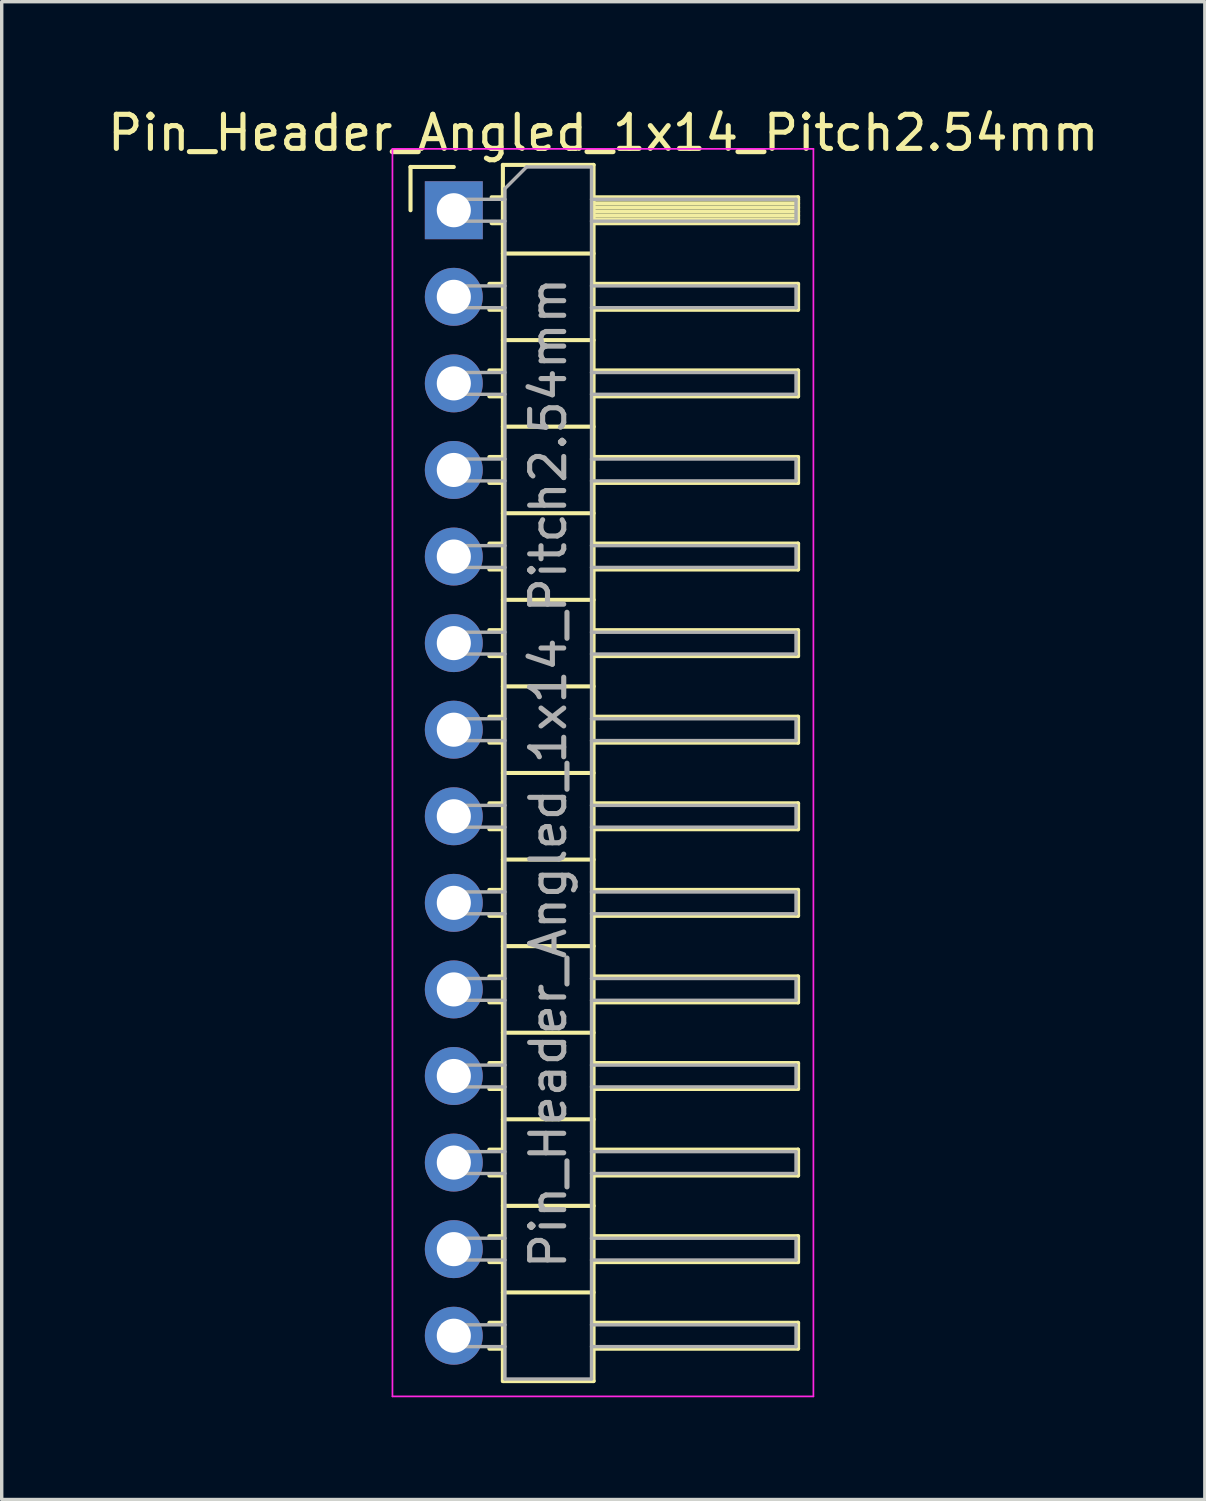
<source format=kicad_pcb>
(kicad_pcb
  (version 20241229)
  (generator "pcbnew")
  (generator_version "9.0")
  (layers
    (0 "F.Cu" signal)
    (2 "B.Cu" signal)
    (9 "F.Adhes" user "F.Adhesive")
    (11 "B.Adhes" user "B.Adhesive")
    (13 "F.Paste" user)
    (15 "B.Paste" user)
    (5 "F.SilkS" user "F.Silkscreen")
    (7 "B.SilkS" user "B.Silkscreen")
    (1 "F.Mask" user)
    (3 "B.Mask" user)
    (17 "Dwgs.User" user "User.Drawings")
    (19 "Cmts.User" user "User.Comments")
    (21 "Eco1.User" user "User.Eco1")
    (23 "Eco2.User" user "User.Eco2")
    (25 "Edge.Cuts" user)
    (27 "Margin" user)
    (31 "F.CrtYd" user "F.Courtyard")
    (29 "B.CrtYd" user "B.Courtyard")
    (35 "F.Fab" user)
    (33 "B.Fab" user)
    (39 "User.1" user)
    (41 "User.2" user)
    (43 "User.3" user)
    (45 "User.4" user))
  (footprint "Pin_Header_Angled_1x14_Pitch2.54mm"
    (layer "F.Cu")
    (at 10.264 3.118)
    (property "Reference" "Pin_Header_Angled_1x14_Pitch2.54mm" (at 4.385 -2.27 0) (layer "F.SilkS") (effects (font (size 1 1) (thickness 0.15))))
    (attr through_hole)
    (fp_line (start -1.27 -1.27) (end 0 -1.27) (stroke (width 0.12) (type solid)) (layer "F.SilkS"))
    (fp_line (start -1.27 0) (end -1.27 -1.27) (stroke (width 0.12) (type solid)) (layer "F.SilkS"))
    (fp_line (start 1.043 2.16) (end 1.44 2.16) (stroke (width 0.12) (type solid)) (layer "F.SilkS"))
    (fp_line (start 1.043 2.92) (end 1.44 2.92) (stroke (width 0.12) (type solid)) (layer "F.SilkS"))
    (fp_line (start 1.043 4.7) (end 1.44 4.7) (stroke (width 0.12) (type solid)) (layer "F.SilkS"))
    (fp_line (start 1.043 5.46) (end 1.44 5.46) (stroke (width 0.12) (type solid)) (layer "F.SilkS"))
    (fp_line (start 1.043 7.24) (end 1.44 7.24) (stroke (width 0.12) (type solid)) (layer "F.SilkS"))
    (fp_line (start 1.043 8) (end 1.44 8) (stroke (width 0.12) (type solid)) (layer "F.SilkS"))
    (fp_line (start 1.043 9.78) (end 1.44 9.78) (stroke (width 0.12) (type solid)) (layer "F.SilkS"))
    (fp_line (start 1.043 10.54) (end 1.44 10.54) (stroke (width 0.12) (type solid)) (layer "F.SilkS"))
    (fp_line (start 1.043 12.32) (end 1.44 12.32) (stroke (width 0.12) (type solid)) (layer "F.SilkS"))
    (fp_line (start 1.043 13.08) (end 1.44 13.08) (stroke (width 0.12) (type solid)) (layer "F.SilkS"))
    (fp_line (start 1.043 14.86) (end 1.44 14.86) (stroke (width 0.12) (type solid)) (layer "F.SilkS"))
    (fp_line (start 1.043 15.62) (end 1.44 15.62) (stroke (width 0.12) (type solid)) (layer "F.SilkS"))
    (fp_line (start 1.043 17.4) (end 1.44 17.4) (stroke (width 0.12) (type solid)) (layer "F.SilkS"))
    (fp_line (start 1.043 18.16) (end 1.44 18.16) (stroke (width 0.12) (type solid)) (layer "F.SilkS"))
    (fp_line (start 1.043 19.94) (end 1.44 19.94) (stroke (width 0.12) (type solid)) (layer "F.SilkS"))
    (fp_line (start 1.043 20.7) (end 1.44 20.7) (stroke (width 0.12) (type solid)) (layer "F.SilkS"))
    (fp_line (start 1.043 22.48) (end 1.44 22.48) (stroke (width 0.12) (type solid)) (layer "F.SilkS"))
    (fp_line (start 1.043 23.24) (end 1.44 23.24) (stroke (width 0.12) (type solid)) (layer "F.SilkS"))
    (fp_line (start 1.043 25.02) (end 1.44 25.02) (stroke (width 0.12) (type solid)) (layer "F.SilkS"))
    (fp_line (start 1.043 25.78) (end 1.44 25.78) (stroke (width 0.12) (type solid)) (layer "F.SilkS"))
    (fp_line (start 1.043 27.56) (end 1.44 27.56) (stroke (width 0.12) (type solid)) (layer "F.SilkS"))
    (fp_line (start 1.043 28.32) (end 1.44 28.32) (stroke (width 0.12) (type solid)) (layer "F.SilkS"))
    (fp_line (start 1.043 30.1) (end 1.44 30.1) (stroke (width 0.12) (type solid)) (layer "F.SilkS"))
    (fp_line (start 1.043 30.86) (end 1.44 30.86) (stroke (width 0.12) (type solid)) (layer "F.SilkS"))
    (fp_line (start 1.043 32.64) (end 1.44 32.64) (stroke (width 0.12) (type solid)) (layer "F.SilkS"))
    (fp_line (start 1.043 33.4) (end 1.44 33.4) (stroke (width 0.12) (type solid)) (layer "F.SilkS"))
    (fp_line (start 1.11 -0.38) (end 1.44 -0.38) (stroke (width 0.12) (type solid)) (layer "F.SilkS"))
    (fp_line (start 1.11 0.38) (end 1.44 0.38) (stroke (width 0.12) (type solid)) (layer "F.SilkS"))
    (fp_line (start 1.44 -1.33) (end 1.44 34.35) (stroke (width 0.12) (type solid)) (layer "F.SilkS"))
    (fp_line (start 1.44 1.27) (end 4.1 1.27) (stroke (width 0.12) (type solid)) (layer "F.SilkS"))
    (fp_line (start 1.44 3.81) (end 4.1 3.81) (stroke (width 0.12) (type solid)) (layer "F.SilkS"))
    (fp_line (start 1.44 6.35) (end 4.1 6.35) (stroke (width 0.12) (type solid)) (layer "F.SilkS"))
    (fp_line (start 1.44 8.89) (end 4.1 8.89) (stroke (width 0.12) (type solid)) (layer "F.SilkS"))
    (fp_line (start 1.44 11.43) (end 4.1 11.43) (stroke (width 0.12) (type solid)) (layer "F.SilkS"))
    (fp_line (start 1.44 13.97) (end 4.1 13.97) (stroke (width 0.12) (type solid)) (layer "F.SilkS"))
    (fp_line (start 1.44 16.51) (end 4.1 16.51) (stroke (width 0.12) (type solid)) (layer "F.SilkS"))
    (fp_line (start 1.44 19.05) (end 4.1 19.05) (stroke (width 0.12) (type solid)) (layer "F.SilkS"))
    (fp_line (start 1.44 21.59) (end 4.1 21.59) (stroke (width 0.12) (type solid)) (layer "F.SilkS"))
    (fp_line (start 1.44 24.13) (end 4.1 24.13) (stroke (width 0.12) (type solid)) (layer "F.SilkS"))
    (fp_line (start 1.44 26.67) (end 4.1 26.67) (stroke (width 0.12) (type solid)) (layer "F.SilkS"))
    (fp_line (start 1.44 29.21) (end 4.1 29.21) (stroke (width 0.12) (type solid)) (layer "F.SilkS"))
    (fp_line (start 1.44 31.75) (end 4.1 31.75) (stroke (width 0.12) (type solid)) (layer "F.SilkS"))
    (fp_line (start 1.44 34.35) (end 4.1 34.35) (stroke (width 0.12) (type solid)) (layer "F.SilkS"))
    (fp_line (start 4.1 -1.33) (end 1.44 -1.33) (stroke (width 0.12) (type solid)) (layer "F.SilkS"))
    (fp_line (start 4.1 -0.38) (end 10.1 -0.38) (stroke (width 0.12) (type solid)) (layer "F.SilkS"))
    (fp_line (start 4.1 -0.32) (end 10.1 -0.32) (stroke (width 0.12) (type solid)) (layer "F.SilkS"))
    (fp_line (start 4.1 -0.2) (end 10.1 -0.2) (stroke (width 0.12) (type solid)) (layer "F.SilkS"))
    (fp_line (start 4.1 -0.08) (end 10.1 -0.08) (stroke (width 0.12) (type solid)) (layer "F.SilkS"))
    (fp_line (start 4.1 0.04) (end 10.1 0.04) (stroke (width 0.12) (type solid)) (layer "F.SilkS"))
    (fp_line (start 4.1 0.16) (end 10.1 0.16) (stroke (width 0.12) (type solid)) (layer "F.SilkS"))
    (fp_line (start 4.1 0.28) (end 10.1 0.28) (stroke (width 0.12) (type solid)) (layer "F.SilkS"))
    (fp_line (start 4.1 2.16) (end 10.1 2.16) (stroke (width 0.12) (type solid)) (layer "F.SilkS"))
    (fp_line (start 4.1 4.7) (end 10.1 4.7) (stroke (width 0.12) (type solid)) (layer "F.SilkS"))
    (fp_line (start 4.1 7.24) (end 10.1 7.24) (stroke (width 0.12) (type solid)) (layer "F.SilkS"))
    (fp_line (start 4.1 9.78) (end 10.1 9.78) (stroke (width 0.12) (type solid)) (layer "F.SilkS"))
    (fp_line (start 4.1 12.32) (end 10.1 12.32) (stroke (width 0.12) (type solid)) (layer "F.SilkS"))
    (fp_line (start 4.1 14.86) (end 10.1 14.86) (stroke (width 0.12) (type solid)) (layer "F.SilkS"))
    (fp_line (start 4.1 17.4) (end 10.1 17.4) (stroke (width 0.12) (type solid)) (layer "F.SilkS"))
    (fp_line (start 4.1 19.94) (end 10.1 19.94) (stroke (width 0.12) (type solid)) (layer "F.SilkS"))
    (fp_line (start 4.1 22.48) (end 10.1 22.48) (stroke (width 0.12) (type solid)) (layer "F.SilkS"))
    (fp_line (start 4.1 25.02) (end 10.1 25.02) (stroke (width 0.12) (type solid)) (layer "F.SilkS"))
    (fp_line (start 4.1 27.56) (end 10.1 27.56) (stroke (width 0.12) (type solid)) (layer "F.SilkS"))
    (fp_line (start 4.1 30.1) (end 10.1 30.1) (stroke (width 0.12) (type solid)) (layer "F.SilkS"))
    (fp_line (start 4.1 32.64) (end 10.1 32.64) (stroke (width 0.12) (type solid)) (layer "F.SilkS"))
    (fp_line (start 4.1 34.35) (end 4.1 -1.33) (stroke (width 0.12) (type solid)) (layer "F.SilkS"))
    (fp_line (start 10.1 -0.38) (end 10.1 0.38) (stroke (width 0.12) (type solid)) (layer "F.SilkS"))
    (fp_line (start 10.1 0.38) (end 4.1 0.38) (stroke (width 0.12) (type solid)) (layer "F.SilkS"))
    (fp_line (start 10.1 2.16) (end 10.1 2.92) (stroke (width 0.12) (type solid)) (layer "F.SilkS"))
    (fp_line (start 10.1 2.92) (end 4.1 2.92) (stroke (width 0.12) (type solid)) (layer "F.SilkS"))
    (fp_line (start 10.1 4.7) (end 10.1 5.46) (stroke (width 0.12) (type solid)) (layer "F.SilkS"))
    (fp_line (start 10.1 5.46) (end 4.1 5.46) (stroke (width 0.12) (type solid)) (layer "F.SilkS"))
    (fp_line (start 10.1 7.24) (end 10.1 8) (stroke (width 0.12) (type solid)) (layer "F.SilkS"))
    (fp_line (start 10.1 8) (end 4.1 8) (stroke (width 0.12) (type solid)) (layer "F.SilkS"))
    (fp_line (start 10.1 9.78) (end 10.1 10.54) (stroke (width 0.12) (type solid)) (layer "F.SilkS"))
    (fp_line (start 10.1 10.54) (end 4.1 10.54) (stroke (width 0.12) (type solid)) (layer "F.SilkS"))
    (fp_line (start 10.1 12.32) (end 10.1 13.08) (stroke (width 0.12) (type solid)) (layer "F.SilkS"))
    (fp_line (start 10.1 13.08) (end 4.1 13.08) (stroke (width 0.12) (type solid)) (layer "F.SilkS"))
    (fp_line (start 10.1 14.86) (end 10.1 15.62) (stroke (width 0.12) (type solid)) (layer "F.SilkS"))
    (fp_line (start 10.1 15.62) (end 4.1 15.62) (stroke (width 0.12) (type solid)) (layer "F.SilkS"))
    (fp_line (start 10.1 17.4) (end 10.1 18.16) (stroke (width 0.12) (type solid)) (layer "F.SilkS"))
    (fp_line (start 10.1 18.16) (end 4.1 18.16) (stroke (width 0.12) (type solid)) (layer "F.SilkS"))
    (fp_line (start 10.1 19.94) (end 10.1 20.7) (stroke (width 0.12) (type solid)) (layer "F.SilkS"))
    (fp_line (start 10.1 20.7) (end 4.1 20.7) (stroke (width 0.12) (type solid)) (layer "F.SilkS"))
    (fp_line (start 10.1 22.48) (end 10.1 23.24) (stroke (width 0.12) (type solid)) (layer "F.SilkS"))
    (fp_line (start 10.1 23.24) (end 4.1 23.24) (stroke (width 0.12) (type solid)) (layer "F.SilkS"))
    (fp_line (start 10.1 25.02) (end 10.1 25.78) (stroke (width 0.12) (type solid)) (layer "F.SilkS"))
    (fp_line (start 10.1 25.78) (end 4.1 25.78) (stroke (width 0.12) (type solid)) (layer "F.SilkS"))
    (fp_line (start 10.1 27.56) (end 10.1 28.32) (stroke (width 0.12) (type solid)) (layer "F.SilkS"))
    (fp_line (start 10.1 28.32) (end 4.1 28.32) (stroke (width 0.12) (type solid)) (layer "F.SilkS"))
    (fp_line (start 10.1 30.1) (end 10.1 30.86) (stroke (width 0.12) (type solid)) (layer "F.SilkS"))
    (fp_line (start 10.1 30.86) (end 4.1 30.86) (stroke (width 0.12) (type solid)) (layer "F.SilkS"))
    (fp_line (start 10.1 32.64) (end 10.1 33.4) (stroke (width 0.12) (type solid)) (layer "F.SilkS"))
    (fp_line (start 10.1 33.4) (end 4.1 33.4) (stroke (width 0.12) (type solid)) (layer "F.SilkS"))
    (fp_line (start -1.8 -1.8) (end -1.8 34.8) (stroke (width 0.05) (type solid)) (layer "F.CrtYd"))
    (fp_line (start -1.8 34.8) (end 10.55 34.8) (stroke (width 0.05) (type solid)) (layer "F.CrtYd"))
    (fp_line (start 10.55 -1.8) (end -1.8 -1.8) (stroke (width 0.05) (type solid)) (layer "F.CrtYd"))
    (fp_line (start 10.55 34.8) (end 10.55 -1.8) (stroke (width 0.05) (type solid)) (layer "F.CrtYd"))
    (fp_line (start -0.32 -0.32) (end -0.32 0.32) (stroke (width 0.1) (type solid)) (layer "F.Fab"))
    (fp_line (start -0.32 -0.32) (end 1.5 -0.32) (stroke (width 0.1) (type solid)) (layer "F.Fab"))
    (fp_line (start -0.32 0.32) (end 1.5 0.32) (stroke (width 0.1) (type solid)) (layer "F.Fab"))
    (fp_line (start -0.32 2.22) (end -0.32 2.86) (stroke (width 0.1) (type solid)) (layer "F.Fab"))
    (fp_line (start -0.32 2.22) (end 1.5 2.22) (stroke (width 0.1) (type solid)) (layer "F.Fab"))
    (fp_line (start -0.32 2.86) (end 1.5 2.86) (stroke (width 0.1) (type solid)) (layer "F.Fab"))
    (fp_line (start -0.32 4.76) (end -0.32 5.4) (stroke (width 0.1) (type solid)) (layer "F.Fab"))
    (fp_line (start -0.32 4.76) (end 1.5 4.76) (stroke (width 0.1) (type solid)) (layer "F.Fab"))
    (fp_line (start -0.32 5.4) (end 1.5 5.4) (stroke (width 0.1) (type solid)) (layer "F.Fab"))
    (fp_line (start -0.32 7.3) (end -0.32 7.94) (stroke (width 0.1) (type solid)) (layer "F.Fab"))
    (fp_line (start -0.32 7.3) (end 1.5 7.3) (stroke (width 0.1) (type solid)) (layer "F.Fab"))
    (fp_line (start -0.32 7.94) (end 1.5 7.94) (stroke (width 0.1) (type solid)) (layer "F.Fab"))
    (fp_line (start -0.32 9.84) (end -0.32 10.48) (stroke (width 0.1) (type solid)) (layer "F.Fab"))
    (fp_line (start -0.32 9.84) (end 1.5 9.84) (stroke (width 0.1) (type solid)) (layer "F.Fab"))
    (fp_line (start -0.32 10.48) (end 1.5 10.48) (stroke (width 0.1) (type solid)) (layer "F.Fab"))
    (fp_line (start -0.32 12.38) (end -0.32 13.02) (stroke (width 0.1) (type solid)) (layer "F.Fab"))
    (fp_line (start -0.32 12.38) (end 1.5 12.38) (stroke (width 0.1) (type solid)) (layer "F.Fab"))
    (fp_line (start -0.32 13.02) (end 1.5 13.02) (stroke (width 0.1) (type solid)) (layer "F.Fab"))
    (fp_line (start -0.32 14.92) (end -0.32 15.56) (stroke (width 0.1) (type solid)) (layer "F.Fab"))
    (fp_line (start -0.32 14.92) (end 1.5 14.92) (stroke (width 0.1) (type solid)) (layer "F.Fab"))
    (fp_line (start -0.32 15.56) (end 1.5 15.56) (stroke (width 0.1) (type solid)) (layer "F.Fab"))
    (fp_line (start -0.32 17.46) (end -0.32 18.1) (stroke (width 0.1) (type solid)) (layer "F.Fab"))
    (fp_line (start -0.32 17.46) (end 1.5 17.46) (stroke (width 0.1) (type solid)) (layer "F.Fab"))
    (fp_line (start -0.32 18.1) (end 1.5 18.1) (stroke (width 0.1) (type solid)) (layer "F.Fab"))
    (fp_line (start -0.32 20) (end -0.32 20.64) (stroke (width 0.1) (type solid)) (layer "F.Fab"))
    (fp_line (start -0.32 20) (end 1.5 20) (stroke (width 0.1) (type solid)) (layer "F.Fab"))
    (fp_line (start -0.32 20.64) (end 1.5 20.64) (stroke (width 0.1) (type solid)) (layer "F.Fab"))
    (fp_line (start -0.32 22.54) (end -0.32 23.18) (stroke (width 0.1) (type solid)) (layer "F.Fab"))
    (fp_line (start -0.32 22.54) (end 1.5 22.54) (stroke (width 0.1) (type solid)) (layer "F.Fab"))
    (fp_line (start -0.32 23.18) (end 1.5 23.18) (stroke (width 0.1) (type solid)) (layer "F.Fab"))
    (fp_line (start -0.32 25.08) (end -0.32 25.72) (stroke (width 0.1) (type solid)) (layer "F.Fab"))
    (fp_line (start -0.32 25.08) (end 1.5 25.08) (stroke (width 0.1) (type solid)) (layer "F.Fab"))
    (fp_line (start -0.32 25.72) (end 1.5 25.72) (stroke (width 0.1) (type solid)) (layer "F.Fab"))
    (fp_line (start -0.32 27.62) (end -0.32 28.26) (stroke (width 0.1) (type solid)) (layer "F.Fab"))
    (fp_line (start -0.32 27.62) (end 1.5 27.62) (stroke (width 0.1) (type solid)) (layer "F.Fab"))
    (fp_line (start -0.32 28.26) (end 1.5 28.26) (stroke (width 0.1) (type solid)) (layer "F.Fab"))
    (fp_line (start -0.32 30.16) (end -0.32 30.8) (stroke (width 0.1) (type solid)) (layer "F.Fab"))
    (fp_line (start -0.32 30.16) (end 1.5 30.16) (stroke (width 0.1) (type solid)) (layer "F.Fab"))
    (fp_line (start -0.32 30.8) (end 1.5 30.8) (stroke (width 0.1) (type solid)) (layer "F.Fab"))
    (fp_line (start -0.32 32.7) (end -0.32 33.34) (stroke (width 0.1) (type solid)) (layer "F.Fab"))
    (fp_line (start -0.32 32.7) (end 1.5 32.7) (stroke (width 0.1) (type solid)) (layer "F.Fab"))
    (fp_line (start -0.32 33.34) (end 1.5 33.34) (stroke (width 0.1) (type solid)) (layer "F.Fab"))
    (fp_line (start 1.5 -0.635) (end 2.135 -1.27) (stroke (width 0.1) (type solid)) (layer "F.Fab"))
    (fp_line (start 1.5 34.29) (end 1.5 -0.635) (stroke (width 0.1) (type solid)) (layer "F.Fab"))
    (fp_line (start 2.135 -1.27) (end 4.04 -1.27) (stroke (width 0.1) (type solid)) (layer "F.Fab"))
    (fp_line (start 4.04 -1.27) (end 4.04 34.29) (stroke (width 0.1) (type solid)) (layer "F.Fab"))
    (fp_line (start 4.04 -0.32) (end 10.04 -0.32) (stroke (width 0.1) (type solid)) (layer "F.Fab"))
    (fp_line (start 4.04 0.32) (end 10.04 0.32) (stroke (width 0.1) (type solid)) (layer "F.Fab"))
    (fp_line (start 4.04 2.22) (end 10.04 2.22) (stroke (width 0.1) (type solid)) (layer "F.Fab"))
    (fp_line (start 4.04 2.86) (end 10.04 2.86) (stroke (width 0.1) (type solid)) (layer "F.Fab"))
    (fp_line (start 4.04 4.76) (end 10.04 4.76) (stroke (width 0.1) (type solid)) (layer "F.Fab"))
    (fp_line (start 4.04 5.4) (end 10.04 5.4) (stroke (width 0.1) (type solid)) (layer "F.Fab"))
    (fp_line (start 4.04 7.3) (end 10.04 7.3) (stroke (width 0.1) (type solid)) (layer "F.Fab"))
    (fp_line (start 4.04 7.94) (end 10.04 7.94) (stroke (width 0.1) (type solid)) (layer "F.Fab"))
    (fp_line (start 4.04 9.84) (end 10.04 9.84) (stroke (width 0.1) (type solid)) (layer "F.Fab"))
    (fp_line (start 4.04 10.48) (end 10.04 10.48) (stroke (width 0.1) (type solid)) (layer "F.Fab"))
    (fp_line (start 4.04 12.38) (end 10.04 12.38) (stroke (width 0.1) (type solid)) (layer "F.Fab"))
    (fp_line (start 4.04 13.02) (end 10.04 13.02) (stroke (width 0.1) (type solid)) (layer "F.Fab"))
    (fp_line (start 4.04 14.92) (end 10.04 14.92) (stroke (width 0.1) (type solid)) (layer "F.Fab"))
    (fp_line (start 4.04 15.56) (end 10.04 15.56) (stroke (width 0.1) (type solid)) (layer "F.Fab"))
    (fp_line (start 4.04 17.46) (end 10.04 17.46) (stroke (width 0.1) (type solid)) (layer "F.Fab"))
    (fp_line (start 4.04 18.1) (end 10.04 18.1) (stroke (width 0.1) (type solid)) (layer "F.Fab"))
    (fp_line (start 4.04 20) (end 10.04 20) (stroke (width 0.1) (type solid)) (layer "F.Fab"))
    (fp_line (start 4.04 20.64) (end 10.04 20.64) (stroke (width 0.1) (type solid)) (layer "F.Fab"))
    (fp_line (start 4.04 22.54) (end 10.04 22.54) (stroke (width 0.1) (type solid)) (layer "F.Fab"))
    (fp_line (start 4.04 23.18) (end 10.04 23.18) (stroke (width 0.1) (type solid)) (layer "F.Fab"))
    (fp_line (start 4.04 25.08) (end 10.04 25.08) (stroke (width 0.1) (type solid)) (layer "F.Fab"))
    (fp_line (start 4.04 25.72) (end 10.04 25.72) (stroke (width 0.1) (type solid)) (layer "F.Fab"))
    (fp_line (start 4.04 27.62) (end 10.04 27.62) (stroke (width 0.1) (type solid)) (layer "F.Fab"))
    (fp_line (start 4.04 28.26) (end 10.04 28.26) (stroke (width 0.1) (type solid)) (layer "F.Fab"))
    (fp_line (start 4.04 30.16) (end 10.04 30.16) (stroke (width 0.1) (type solid)) (layer "F.Fab"))
    (fp_line (start 4.04 30.8) (end 10.04 30.8) (stroke (width 0.1) (type solid)) (layer "F.Fab"))
    (fp_line (start 4.04 32.7) (end 10.04 32.7) (stroke (width 0.1) (type solid)) (layer "F.Fab"))
    (fp_line (start 4.04 33.34) (end 10.04 33.34) (stroke (width 0.1) (type solid)) (layer "F.Fab"))
    (fp_line (start 4.04 34.29) (end 1.5 34.29) (stroke (width 0.1) (type solid)) (layer "F.Fab"))
    (fp_line (start 10.04 -0.32) (end 10.04 0.32) (stroke (width 0.1) (type solid)) (layer "F.Fab"))
    (fp_line (start 10.04 2.22) (end 10.04 2.86) (stroke (width 0.1) (type solid)) (layer "F.Fab"))
    (fp_line (start 10.04 4.76) (end 10.04 5.4) (stroke (width 0.1) (type solid)) (layer "F.Fab"))
    (fp_line (start 10.04 7.3) (end 10.04 7.94) (stroke (width 0.1) (type solid)) (layer "F.Fab"))
    (fp_line (start 10.04 9.84) (end 10.04 10.48) (stroke (width 0.1) (type solid)) (layer "F.Fab"))
    (fp_line (start 10.04 12.38) (end 10.04 13.02) (stroke (width 0.1) (type solid)) (layer "F.Fab"))
    (fp_line (start 10.04 14.92) (end 10.04 15.56) (stroke (width 0.1) (type solid)) (layer "F.Fab"))
    (fp_line (start 10.04 17.46) (end 10.04 18.1) (stroke (width 0.1) (type solid)) (layer "F.Fab"))
    (fp_line (start 10.04 20) (end 10.04 20.64) (stroke (width 0.1) (type solid)) (layer "F.Fab"))
    (fp_line (start 10.04 22.54) (end 10.04 23.18) (stroke (width 0.1) (type solid)) (layer "F.Fab"))
    (fp_line (start 10.04 25.08) (end 10.04 25.72) (stroke (width 0.1) (type solid)) (layer "F.Fab"))
    (fp_line (start 10.04 27.62) (end 10.04 28.26) (stroke (width 0.1) (type solid)) (layer "F.Fab"))
    (fp_line (start 10.04 30.16) (end 10.04 30.8) (stroke (width 0.1) (type solid)) (layer "F.Fab"))
    (fp_line (start 10.04 32.7) (end 10.04 33.34) (stroke (width 0.1) (type solid)) (layer "F.Fab"))
    (fp_text user "${REFERENCE}" (at 2.77 16.51 90) (layer "F.Fab") (effects (font (size 1 1) (thickness 0.15))))
    (pad "1" thru_hole rect (at 0 0) (size 1.7 1.7) (drill 1) (layers "*.Cu" "*.Mask"))
    (pad "2" thru_hole oval (at 0 2.54) (size 1.7 1.7) (drill 1) (layers "*.Cu" "*.Mask"))
    (pad "3" thru_hole oval (at 0 5.08) (size 1.7 1.7) (drill 1) (layers "*.Cu" "*.Mask"))
    (pad "4" thru_hole oval (at 0 7.62) (size 1.7 1.7) (drill 1) (layers "*.Cu" "*.Mask"))
    (pad "5" thru_hole oval (at 0 10.16) (size 1.7 1.7) (drill 1) (layers "*.Cu" "*.Mask"))
    (pad "6" thru_hole oval (at 0 12.7) (size 1.7 1.7) (drill 1) (layers "*.Cu" "*.Mask"))
    (pad "7" thru_hole oval (at 0 15.24) (size 1.7 1.7) (drill 1) (layers "*.Cu" "*.Mask"))
    (pad "8" thru_hole oval (at 0 17.78) (size 1.7 1.7) (drill 1) (layers "*.Cu" "*.Mask"))
    (pad "9" thru_hole oval (at 0 20.32) (size 1.7 1.7) (drill 1) (layers "*.Cu" "*.Mask"))
    (pad "10" thru_hole oval (at 0 22.86) (size 1.7 1.7) (drill 1) (layers "*.Cu" "*.Mask"))
    (pad "11" thru_hole oval (at 0 25.4) (size 1.7 1.7) (drill 1) (layers "*.Cu" "*.Mask"))
    (pad "12" thru_hole oval (at 0 27.94) (size 1.7 1.7) (drill 1) (layers "*.Cu" "*.Mask"))
    (pad "13" thru_hole oval (at 0 30.48) (size 1.7 1.7) (drill 1) (layers "*.Cu" "*.Mask"))
    (pad "14" thru_hole oval (at 0 33.02) (size 1.7 1.7) (drill 1) (layers "*.Cu" "*.Mask")))
  (gr_rect
    (start -3 -3)
    (end 32.298 40.943)
    (stroke (width 0.1) (type default))
    (fill no)
    (layer "Edge.Cuts")))
</source>
